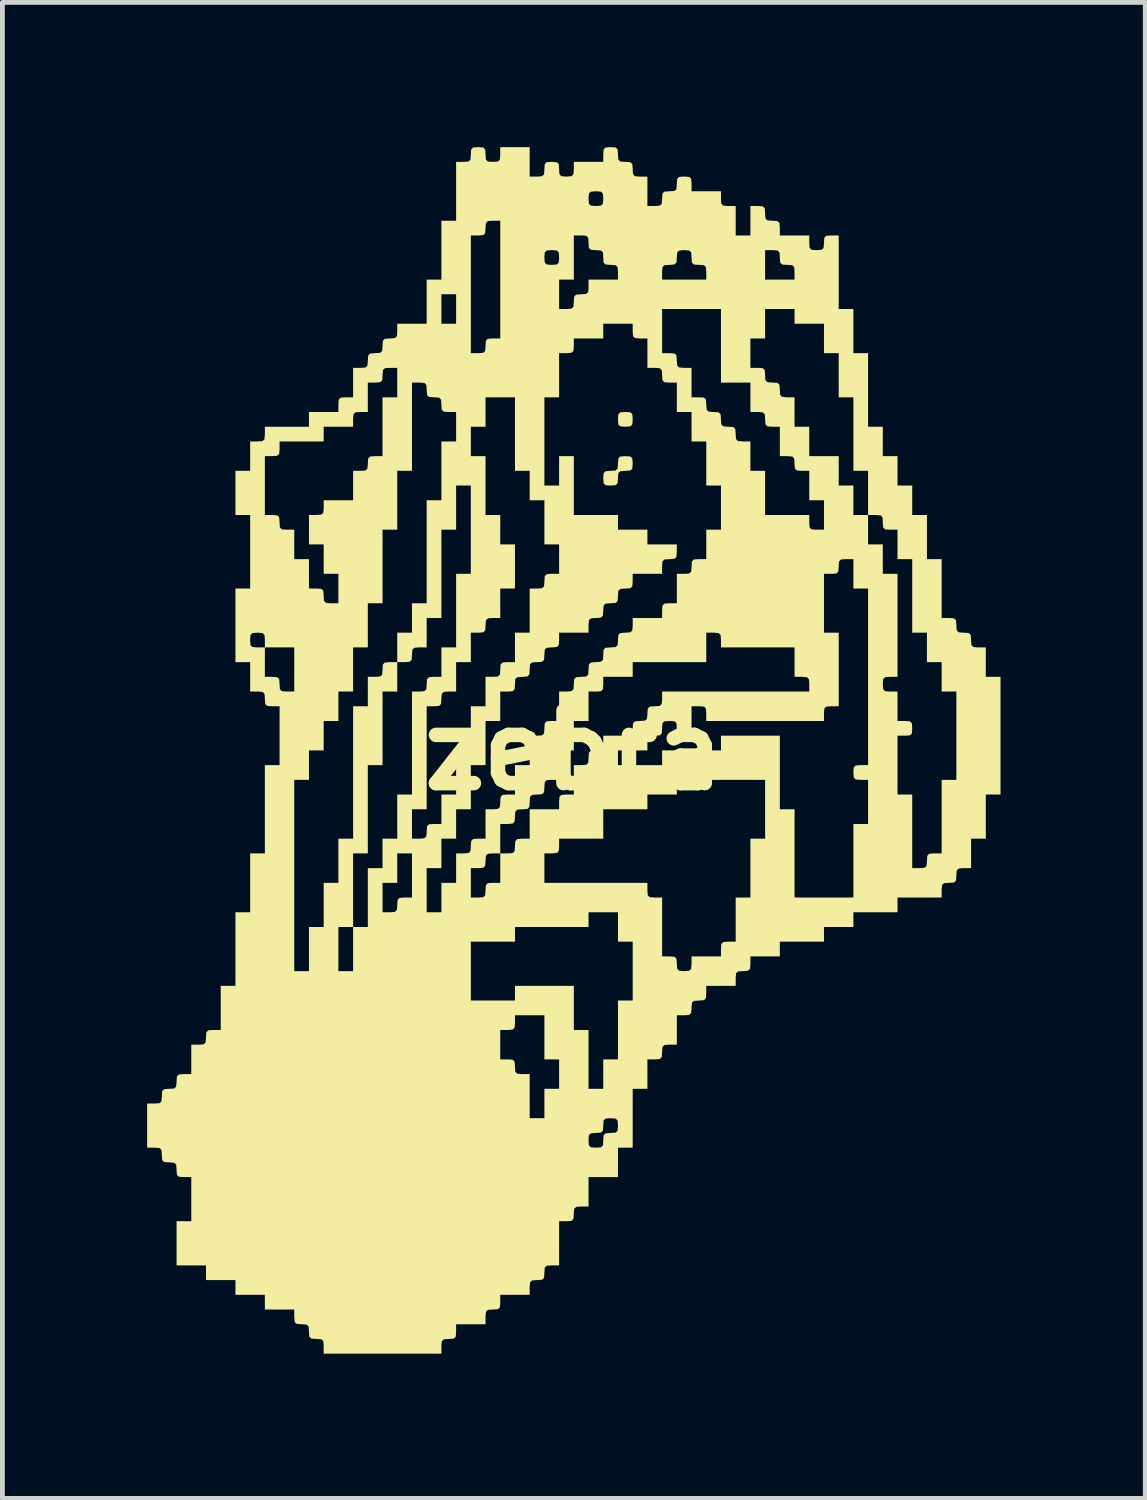
<source format=kicad_pcb>
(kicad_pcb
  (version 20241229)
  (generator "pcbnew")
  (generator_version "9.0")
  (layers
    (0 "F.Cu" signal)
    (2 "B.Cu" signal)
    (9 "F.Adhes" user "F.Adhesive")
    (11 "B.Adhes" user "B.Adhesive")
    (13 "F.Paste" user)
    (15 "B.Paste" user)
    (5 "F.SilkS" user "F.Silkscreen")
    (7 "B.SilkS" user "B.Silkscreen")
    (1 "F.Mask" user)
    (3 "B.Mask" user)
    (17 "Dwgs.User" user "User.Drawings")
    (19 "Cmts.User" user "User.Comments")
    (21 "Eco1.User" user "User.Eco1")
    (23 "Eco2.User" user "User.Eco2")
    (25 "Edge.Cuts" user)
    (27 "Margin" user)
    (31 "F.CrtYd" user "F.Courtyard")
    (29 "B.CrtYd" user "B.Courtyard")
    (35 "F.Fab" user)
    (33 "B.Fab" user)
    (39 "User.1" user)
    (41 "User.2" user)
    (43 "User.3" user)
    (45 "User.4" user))
  (footprint "zebra"
    (layer "F.Cu")
    (at 8.844 12.504)
    (property "Reference" "zebra" (at 0 0 0) (layer "F.SilkS") (effects (font (size 1.5 1.5) (thickness 0.3))))
    (attr board_only exclude_from_pos_files exclude_from_bom)
    (fp_poly (pts (xy 1.17 -7.008) (xy 1.212 -6.97) (xy 1.22 -6.874) (xy 1.22 -6.862) (xy 1.213 -6.76) (xy 1.175 -6.718) (xy 1.079 -6.709) (xy 1.067 -6.709) (xy 0.965 -6.716) (xy 0.923 -6.754) (xy 0.915 -6.85) (xy 0.915 -6.862) (xy 0.922 -6.964) (xy 0.96 -7.006) (xy 1.056 -7.014) (xy 1.067 -7.014)) (stroke (width 0) (type solid)) (fill yes) (layer "F.SilkS"))
    (fp_poly (pts (xy 1.17 -6.093) (xy 1.212 -6.055) (xy 1.22 -5.959) (xy 1.22 -5.947) (xy 1.213 -5.845) (xy 1.175 -5.803) (xy 1.079 -5.795) (xy 1.067 -5.795) (xy 0.965 -5.788) (xy 0.923 -5.75) (xy 0.915 -5.654) (xy 0.915 -5.642) (xy 0.908 -5.54) (xy 0.87 -5.498) (xy 0.774 -5.49) (xy 0.762 -5.49) (xy 0.66 -5.496) (xy 0.618 -5.534) (xy 0.61 -5.63) (xy 0.61 -5.642) (xy 0.617 -5.744) (xy 0.655 -5.786) (xy 0.751 -5.794) (xy 0.762 -5.795) (xy 0.865 -5.801) (xy 0.907 -5.839) (xy 0.915 -5.935) (xy 0.915 -5.947) (xy 0.922 -6.049) (xy 0.96 -6.091) (xy 1.056 -6.099) (xy 1.067 -6.099)) (stroke (width 0) (type solid)) (fill yes) (layer "F.SilkS"))
    (fp_poly (pts (xy -0.915 -12.199) (xy -0.915 -11.894) (xy -0.762 -11.894) (xy -0.66 -11.901) (xy -0.618 -11.939) (xy -0.61 -12.035) (xy -0.61 -12.046) (xy -0.603 -12.149) (xy -0.565 -12.191) (xy -0.469 -12.199) (xy -0.457 -12.199) (xy -0.355 -12.192) (xy -0.313 -12.154) (xy -0.305 -12.058) (xy -0.305 -12.046) (xy -0.298 -11.944) (xy -0.26 -11.902) (xy -0.164 -11.894) (xy -0.152 -11.894) (xy -0.05 -11.901) (xy -0.008 -11.939) (xy -0.000019 -12.035) (xy 0 -12.046) (xy 0 -12.199) (xy 0.305 -12.199) (xy 0.61 -12.199) (xy 0.61 -12.351) (xy 0.617 -12.454) (xy 0.655 -12.496) (xy 0.751 -12.504) (xy 0.762 -12.504) (xy 0.865 -12.497) (xy 0.907 -12.459) (xy 0.915 -12.363) (xy 0.915 -12.351) (xy 0.922 -12.249) (xy 0.96 -12.207) (xy 1.056 -12.199) (xy 1.067 -12.199) (xy 1.17 -12.192) (xy 1.212 -12.154) (xy 1.22 -12.058) (xy 1.22 -12.046) (xy 1.227 -11.944) (xy 1.265 -11.902) (xy 1.361 -11.894) (xy 1.372 -11.894) (xy 1.525 -11.894) (xy 1.525 -11.589) (xy 1.525 -11.284) (xy 1.677 -11.284) (xy 1.78 -11.291) (xy 1.821 -11.329) (xy 1.83 -11.425) (xy 1.83 -11.437) (xy 1.837 -11.539) (xy 1.875 -11.581) (xy 1.971 -11.589) (xy 1.982 -11.589) (xy 2.085 -11.596) (xy 2.126 -11.634) (xy 2.135 -11.73) (xy 2.135 -11.742) (xy 2.142 -11.844) (xy 2.18 -11.886) (xy 2.276 -11.894) (xy 2.287 -11.894) (xy 2.39 -11.887) (xy 2.431 -11.849) (xy 2.44 -11.753) (xy 2.44 -11.742) (xy 2.44 -11.589) (xy 2.745 -11.589) (xy 3.05 -11.589) (xy 3.05 -11.437) (xy 3.056 -11.334) (xy 3.095 -11.292) (xy 3.191 -11.284) (xy 3.202 -11.284) (xy 3.355 -11.284) (xy 3.355 -10.979) (xy 3.355 -10.674) (xy 3.507 -10.674) (xy 3.66 -10.674) (xy 3.66 -10.979) (xy 3.66 -11.284) (xy 3.812 -11.284) (xy 3.914 -11.277) (xy 3.956 -11.239) (xy 3.965 -11.143) (xy 3.965 -11.132) (xy 3.971 -11.029) (xy 4.009 -10.987) (xy 4.106 -10.979) (xy 4.117 -10.979) (xy 4.219 -10.972) (xy 4.261 -10.934) (xy 4.27 -10.838) (xy 4.27 -10.827) (xy 4.27 -10.674) (xy 4.575 -10.674) (xy 4.88 -10.674) (xy 4.88 -10.522) (xy 4.886 -10.419) (xy 4.924 -10.377) (xy 5.02 -10.369) (xy 5.032 -10.369) (xy 5.134 -10.376) (xy 5.176 -10.414) (xy 5.185 -10.51) (xy 5.185 -10.522) (xy 5.191 -10.624) (xy 5.229 -10.666) (xy 5.325 -10.674) (xy 5.337 -10.674) (xy 5.49 -10.674) (xy 5.49 -9.912) (xy 5.49 -9.149) (xy 5.642 -9.149) (xy 5.795 -9.149) (xy 5.795 -8.692) (xy 5.795 -8.234) (xy 5.947 -8.234) (xy 6.099 -8.234) (xy 6.099 -7.472) (xy 6.099 -6.709) (xy 6.252 -6.709) (xy 6.404 -6.709) (xy 6.404 -6.404) (xy 6.404 -6.099) (xy 6.557 -6.099) (xy 6.709 -6.099) (xy 6.709 -5.795) (xy 6.709 -5.49) (xy 6.862 -5.49) (xy 7.014 -5.49) (xy 7.014 -5.185) (xy 7.014 -4.88) (xy 7.167 -4.88) (xy 7.319 -4.88) (xy 7.319 -4.422) (xy 7.319 -3.965) (xy 7.472 -3.965) (xy 7.624 -3.965) (xy 7.624 -3.355) (xy 7.624 -2.745) (xy 7.777 -2.745) (xy 7.879 -2.738) (xy 7.921 -2.7) (xy 7.929 -2.604) (xy 7.929 -2.592) (xy 7.936 -2.49) (xy 7.974 -2.448) (xy 8.07 -2.44) (xy 8.082 -2.44) (xy 8.184 -2.433) (xy 8.226 -2.395) (xy 8.234 -2.299) (xy 8.234 -2.287) (xy 8.241 -2.185) (xy 8.279 -2.143) (xy 8.375 -2.135) (xy 8.387 -2.135) (xy 8.539 -2.135) (xy 8.539 -1.83) (xy 8.539 -1.525) (xy 8.692 -1.525) (xy 8.844 -1.525) (xy 8.844 -0.305) (xy 8.844 0.915) (xy 8.692 0.915) (xy 8.539 0.915) (xy 8.539 1.372) (xy 8.539 1.83) (xy 8.387 1.83) (xy 8.234 1.83) (xy 8.234 2.135) (xy 8.234 2.44) (xy 8.082 2.44) (xy 7.98 2.447) (xy 7.938 2.485) (xy 7.929 2.581) (xy 7.929 2.592) (xy 7.923 2.694) (xy 7.885 2.736) (xy 7.788 2.745) (xy 7.777 2.745) (xy 7.675 2.752) (xy 7.633 2.79) (xy 7.624 2.886) (xy 7.624 2.897) (xy 7.624 3.05) (xy 7.167 3.05) (xy 6.709 3.05) (xy 6.709 3.202) (xy 6.709 3.355) (xy 6.252 3.355) (xy 5.795 3.355) (xy 5.795 3.507) (xy 5.795 3.66) (xy 5.49 3.66) (xy 5.185 3.66) (xy 5.185 3.812) (xy 5.185 3.965) (xy 4.727 3.965) (xy 4.27 3.965) (xy 4.27 4.117) (xy 4.27 4.27) (xy 3.965 4.27) (xy 3.66 4.27) (xy 3.66 4.422) (xy 3.653 4.524) (xy 3.615 4.566) (xy 3.519 4.575) (xy 3.507 4.575) (xy 3.405 4.581) (xy 3.363 4.619) (xy 3.355 4.715) (xy 3.355 4.727) (xy 3.355 4.88) (xy 3.05 4.88) (xy 2.745 4.88) (xy 2.745 5.032) (xy 2.738 5.134) (xy 2.7 5.176) (xy 2.604 5.185) (xy 2.592 5.185) (xy 2.49 5.191) (xy 2.448 5.229) (xy 2.44 5.325) (xy 2.44 5.337) (xy 2.433 5.439) (xy 2.395 5.481) (xy 2.299 5.49) (xy 2.287 5.49) (xy 2.135 5.49) (xy 2.135 5.795) (xy 2.135 6.099) (xy 1.982 6.099) (xy 1.88 6.106) (xy 1.838 6.144) (xy 1.83 6.24) (xy 1.83 6.252) (xy 1.823 6.354) (xy 1.785 6.396) (xy 1.689 6.404) (xy 1.677 6.404) (xy 1.525 6.404) (xy 1.525 6.709) (xy 1.525 7.014) (xy 1.372 7.014) (xy 1.22 7.014) (xy 1.22 7.624) (xy 1.22 8.234) (xy 1.067 8.234) (xy 0.915 8.234) (xy 0.915 8.539) (xy 0.915 8.844) (xy 0.61 8.844) (xy 0.305 8.844) (xy 0.305 9.149) (xy 0.305 9.454) (xy 0.152 9.454) (xy 0.05 9.461) (xy 0.008 9.499) (xy 0.000019 9.595) (xy 0 9.607) (xy -0.007 9.709) (xy -0.045 9.751) (xy -0.141 9.759) (xy -0.152 9.759) (xy -0.305 9.759) (xy -0.305 10.217) (xy -0.305 10.674) (xy -0.457 10.674) (xy -0.56 10.681) (xy -0.602 10.719) (xy -0.61 10.815) (xy -0.61 10.827) (xy -0.617 10.929) (xy -0.655 10.971) (xy -0.751 10.979) (xy -0.762 10.979) (xy -0.865 10.986) (xy -0.907 11.024) (xy -0.915 11.12) (xy -0.915 11.132) (xy -0.915 11.284) (xy -1.22 11.284) (xy -1.525 11.284) (xy -1.525 11.437) (xy -1.532 11.539) (xy -1.57 11.581) (xy -1.666 11.589) (xy -1.677 11.589) (xy -1.78 11.596) (xy -1.821 11.634) (xy -1.83 11.73) (xy -1.83 11.742) (xy -1.83 11.894) (xy -2.135 11.894) (xy -2.44 11.894) (xy -2.44 12.046) (xy -2.447 12.149) (xy -2.485 12.191) (xy -2.581 12.199) (xy -2.592 12.199) (xy -2.694 12.206) (xy -2.736 12.244) (xy -2.745 12.34) (xy -2.745 12.351) (xy -2.745 12.504) (xy -3.965 12.504) (xy -5.185 12.504) (xy -5.185 12.351) (xy -5.191 12.249) (xy -5.229 12.207) (xy -5.325 12.199) (xy -5.337 12.199) (xy -5.439 12.192) (xy -5.481 12.154) (xy -5.49 12.058) (xy -5.49 12.046) (xy -5.496 11.944) (xy -5.534 11.902) (xy -5.63 11.894) (xy -5.642 11.894) (xy -5.744 11.887) (xy -5.786 11.849) (xy -5.794 11.753) (xy -5.795 11.742) (xy -5.795 11.589) (xy -6.099 11.589) (xy -6.404 11.589) (xy -6.404 11.437) (xy -6.404 11.284) (xy -6.709 11.284) (xy -7.014 11.284) (xy -7.014 11.132) (xy -7.014 10.979) (xy -7.319 10.979) (xy -7.624 10.979) (xy -7.624 10.827) (xy -7.624 10.674) (xy -7.929 10.674) (xy -8.234 10.674) (xy -8.234 10.217) (xy -8.234 9.759) (xy -8.082 9.759) (xy -7.929 9.759) (xy -7.929 9.302) (xy -7.929 8.844) (xy -8.082 8.844) (xy -8.184 8.838) (xy -8.226 8.799) (xy -8.234 8.703) (xy -8.234 8.692) (xy -8.241 8.59) (xy -8.279 8.548) (xy -8.375 8.539) (xy -8.387 8.539) (xy -8.489 8.533) (xy -8.531 8.494) (xy -8.539 8.398) (xy -8.539 8.387) (xy -8.546 8.285) (xy -8.584 8.243) (xy -8.68 8.234) (xy -8.692 8.234) (xy -8.844 8.234) (xy -8.844 8.082) (xy 0.305 8.082) (xy 0.312 8.184) (xy 0.35 8.226) (xy 0.446 8.234) (xy 0.457 8.234) (xy 0.56 8.228) (xy 0.602 8.19) (xy 0.61 8.093) (xy 0.61 8.082) (xy 0.617 7.98) (xy 0.655 7.938) (xy 0.751 7.929) (xy 0.762 7.929) (xy 0.865 7.923) (xy 0.907 7.885) (xy 0.915 7.788) (xy 0.915 7.777) (xy 0.908 7.675) (xy 0.87 7.633) (xy 0.774 7.624) (xy 0.762 7.624) (xy 0.66 7.631) (xy 0.618 7.669) (xy 0.61 7.765) (xy 0.61 7.777) (xy 0.603 7.879) (xy 0.565 7.921) (xy 0.469 7.929) (xy 0.457 7.929) (xy 0.355 7.936) (xy 0.313 7.974) (xy 0.305 8.07) (xy 0.305 8.082) (xy -8.844 8.082) (xy -8.844 7.777) (xy -8.844 7.319) (xy -8.692 7.319) (xy -8.59 7.313) (xy -8.548 7.275) (xy -8.539 7.179) (xy -8.539 7.167) (xy -8.533 7.065) (xy -8.494 7.023) (xy -8.398 7.014) (xy -8.387 7.014) (xy -8.285 7.008) (xy -8.243 6.97) (xy -8.234 6.874) (xy -8.234 6.862) (xy -8.228 6.76) (xy -8.19 6.718) (xy -8.093 6.709) (xy -8.082 6.709) (xy -7.929 6.709) (xy -7.929 6.404) (xy -1.525 6.404) (xy -1.372 6.404) (xy -1.27 6.411) (xy -1.228 6.449) (xy -1.22 6.545) (xy -1.22 6.557) (xy -1.213 6.659) (xy -1.175 6.701) (xy -1.079 6.709) (xy -1.067 6.709) (xy -0.915 6.709) (xy -0.915 7.167) (xy -0.915 7.624) (xy -0.762 7.624) (xy -0.61 7.624) (xy -0.61 7.319) (xy -0.61 7.014) (xy -0.457 7.014) (xy -0.305 7.014) (xy -0.305 6.709) (xy -0.305 6.404) (xy -0.457 6.404) (xy -0.61 6.404) (xy -0.61 5.947) (xy -0.61 5.49) (xy -0.915 5.49) (xy -1.22 5.49) (xy -1.22 5.642) (xy -1.227 5.744) (xy -1.265 5.786) (xy -1.361 5.794) (xy -1.372 5.795) (xy -1.525 5.795) (xy -1.525 6.099) (xy -1.525 6.404) (xy -7.929 6.404) (xy -7.929 6.099) (xy -7.777 6.099) (xy -7.675 6.093) (xy -7.633 6.055) (xy -7.624 5.959) (xy -7.624 5.947) (xy -7.618 5.845) (xy -7.58 5.803) (xy -7.483 5.795) (xy -7.472 5.795) (xy -7.319 5.795) (xy -7.319 5.337) (xy -7.319 5.185) (xy -2.135 5.185) (xy -1.677 5.185) (xy -1.22 5.185) (xy -1.22 5.032) (xy -1.22 4.88) (xy -0.61 4.88) (xy 0 4.88) (xy 0 5.337) (xy 0 5.795) (xy 0.152 5.795) (xy 0.305 5.795) (xy 0.305 6.404) (xy 0.305 7.014) (xy 0.457 7.014) (xy 0.61 7.014) (xy 0.61 6.709) (xy 0.61 6.404) (xy 0.762 6.404) (xy 0.915 6.404) (xy 0.915 5.795) (xy 0.915 5.185) (xy 1.067 5.185) (xy 1.22 5.185) (xy 1.22 4.575) (xy 1.22 3.965) (xy 1.067 3.965) (xy 0.915 3.965) (xy 0.915 3.66) (xy 0.915 3.355) (xy 0.61 3.355) (xy 0.305 3.355) (xy 0.305 3.507) (xy 0.305 3.66) (xy -0.457 3.66) (xy -1.22 3.66) (xy -1.22 3.812) (xy -1.22 3.965) (xy -1.677 3.965) (xy -2.135 3.965) (xy -2.135 4.575) (xy -2.135 5.185) (xy -7.319 5.185) (xy -7.319 4.88) (xy -7.167 4.88) (xy -7.014 4.88) (xy -7.014 4.575) (xy -5.795 4.575) (xy -5.642 4.575) (xy -5.49 4.575) (xy -5.49 4.117) (xy -5.49 3.66) (xy -5.337 3.66) (xy -5.185 3.66) (xy -5.185 3.202) (xy -5.185 2.745) (xy -5.032 2.745) (xy -4.88 2.745) (xy -4.88 2.287) (xy -4.88 1.83) (xy -4.727 1.83) (xy -4.575 1.83) (xy -4.575 0.457) (xy -4.575 -0.915) (xy -4.422 -0.915) (xy -4.27 -0.915) (xy -4.27 -1.22) (xy -4.27 -1.525) (xy -4.117 -1.525) (xy -4.015 -1.532) (xy -3.973 -1.57) (xy -3.965 -1.666) (xy -3.965 -1.677) (xy -3.958 -1.78) (xy -3.92 -1.821) (xy -3.824 -1.83) (xy -3.812 -1.83) (xy -3.66 -1.83) (xy -3.66 -1.525) (xy -3.66 -1.22) (xy -3.812 -1.22) (xy -3.965 -1.22) (xy -3.965 -0.457) (xy -3.965 0.305) (xy -4.117 0.305) (xy -4.27 0.305) (xy -4.27 1.22) (xy -4.27 2.135) (xy -4.422 2.135) (xy -4.575 2.135) (xy -4.575 2.897) (xy -4.575 3.66) (xy -4.727 3.66) (xy -4.88 3.66) (xy -4.88 4.117) (xy -4.88 4.575) (xy -4.727 4.575) (xy -4.575 4.575) (xy -4.575 4.117) (xy -4.575 3.66) (xy -4.422 3.66) (xy -4.27 3.66) (xy -4.27 3.355) (xy -3.965 3.355) (xy -3.812 3.355) (xy -3.05 3.355) (xy -2.897 3.355) (xy -2.745 3.355) (xy -2.745 3.05) (xy -2.135 3.05) (xy -1.982 3.05) (xy -1.88 3.043) (xy -1.838 3.005) (xy -1.83 2.909) (xy -1.83 2.897) (xy -1.823 2.795) (xy -1.785 2.753) (xy -1.689 2.745) (xy -1.677 2.745) (xy -1.525 2.745) (xy -0.61 2.745) (xy 0.457 2.745) (xy 1.525 2.745) (xy 1.525 2.897) (xy 1.532 2.999) (xy 1.57 3.041) (xy 1.666 3.05) (xy 1.677 3.05) (xy 1.83 3.05) (xy 1.83 3.66) (xy 1.83 4.27) (xy 1.982 4.27) (xy 2.085 4.276) (xy 2.126 4.314) (xy 2.135 4.411) (xy 2.135 4.422) (xy 2.142 4.524) (xy 2.18 4.566) (xy 2.276 4.575) (xy 2.287 4.575) (xy 2.39 4.568) (xy 2.431 4.53) (xy 2.44 4.434) (xy 2.44 4.422) (xy 2.44 4.27) (xy 2.745 4.27) (xy 3.05 4.27) (xy 3.05 4.117) (xy 3.056 4.015) (xy 3.095 3.973) (xy 3.191 3.965) (xy 3.202 3.965) (xy 3.355 3.965) (xy 3.355 3.507) (xy 3.355 3.05) (xy 3.507 3.05) (xy 3.66 3.05) (xy 3.66 2.44) (xy 3.66 1.83) (xy 3.812 1.83) (xy 3.965 1.83) (xy 3.965 1.22) (xy 3.965 0.61) (xy 3.05 0.61) (xy 2.135 0.61) (xy 2.135 0.762) (xy 2.135 0.915) (xy 1.83 0.915) (xy 1.525 0.915) (xy 1.525 1.067) (xy 1.525 1.22) (xy 1.067 1.22) (xy 0.61 1.22) (xy 0.61 1.525) (xy 0.61 1.83) (xy 0.152 1.83) (xy -0.305 1.83) (xy -0.305 1.982) (xy -0.312 2.085) (xy -0.35 2.126) (xy -0.446 2.135) (xy -0.457 2.135) (xy -0.61 2.135) (xy -0.61 2.44) (xy -0.61 2.745) (xy -1.525 2.745) (xy -1.525 2.44) (xy -1.525 2.135) (xy -1.372 2.135) (xy -1.27 2.128) (xy -1.228 2.09) (xy -1.22 1.994) (xy -1.22 1.982) (xy -1.213 1.88) (xy -1.175 1.838) (xy -1.079 1.83) (xy -1.067 1.83) (xy -0.915 1.83) (xy -0.915 1.525) (xy -0.915 1.22) (xy -0.61 1.22) (xy -0.305 1.22) (xy -0.305 1.067) (xy -0.298 0.965) (xy -0.26 0.923) (xy -0.164 0.915) (xy -0.152 0.915) (xy 0 0.915) (xy 0 0.61) (xy 0 0.305) (xy 0.152 0.305) (xy 0.915 0.305) (xy 1.372 0.305) (xy 1.83 0.305) (xy 1.83 0.152) (xy 1.83 0) (xy 2.44 0) (xy 3.05 0) (xy 3.05 -0.152) (xy 3.05 -0.305) (xy 3.66 -0.305) (xy 4.27 -0.305) (xy 4.27 0.457) (xy 4.27 1.22) (xy 4.422 1.22) (xy 4.575 1.22) (xy 4.575 2.135) (xy 4.575 3.05) (xy 5.185 3.05) (xy 5.795 3.05) (xy 5.795 2.287) (xy 5.795 1.525) (xy 5.947 1.525) (xy 6.099 1.525) (xy 6.099 1.067) (xy 6.099 0.61) (xy 5.947 0.61) (xy 5.845 0.603) (xy 5.803 0.565) (xy 5.795 0.469) (xy 5.795 0.457) (xy 5.801 0.355) (xy 5.839 0.313) (xy 5.935 0.305) (xy 5.947 0.305) (xy 6.099 0.305) (xy 6.099 -1.525) (xy 6.099 -3.355) (xy 5.947 -3.355) (xy 5.795 -3.355) (xy 5.795 -3.66) (xy 5.795 -3.965) (xy 5.642 -3.965) (xy 5.54 -3.958) (xy 5.498 -3.92) (xy 5.49 -3.824) (xy 5.49 -3.812) (xy 5.483 -3.71) (xy 5.445 -3.668) (xy 5.349 -3.66) (xy 5.337 -3.66) (xy 5.185 -3.66) (xy 5.185 -3.05) (xy 5.185 -2.44) (xy 5.337 -2.44) (xy 5.49 -2.44) (xy 5.49 -1.677) (xy 5.49 -0.915) (xy 5.337 -0.915) (xy 5.235 -0.908) (xy 5.193 -0.87) (xy 5.185 -0.774) (xy 5.185 -0.762) (xy 5.185 -0.61) (xy 3.965 -0.61) (xy 2.745 -0.61) (xy 2.745 -0.762) (xy 2.738 -0.865) (xy 2.7 -0.907) (xy 2.604 -0.915) (xy 2.592 -0.915) (xy 2.44 -0.915) (xy 2.44 -0.61) (xy 2.44 -0.305) (xy 2.287 -0.305) (xy 2.185 -0.312) (xy 2.143 -0.35) (xy 2.135 -0.446) (xy 2.135 -0.457) (xy 2.128 -0.56) (xy 2.09 -0.602) (xy 1.994 -0.61) (xy 1.982 -0.61) (xy 1.88 -0.603) (xy 1.838 -0.565) (xy 1.83 -0.469) (xy 1.83 -0.457) (xy 1.823 -0.355) (xy 1.785 -0.313) (xy 1.689 -0.305) (xy 1.677 -0.305) (xy 1.575 -0.298) (xy 1.533 -0.26) (xy 1.525 -0.164) (xy 1.525 -0.152) (xy 1.525 0) (xy 1.22 0) (xy 0.915 0) (xy 0.915 0.152) (xy 0.915 0.305) (xy 0.152 0.305) (xy 0.255 0.298) (xy 0.297 0.26) (xy 0.305 0.164) (xy 0.305 0.152) (xy 0.312 0.05) (xy 0.35 0.008) (xy 0.446 0.000019) (xy 0.457 0) (xy 0.56 -0.007) (xy 0.602 -0.045) (xy 0.61 -0.141) (xy 0.61 -0.152) (xy 0.61 -0.305) (xy 0.915 -0.305) (xy 1.22 -0.305) (xy 1.22 -0.457) (xy 1.227 -0.56) (xy 1.265 -0.602) (xy 1.361 -0.61) (xy 1.372 -0.61) (xy 1.475 -0.617) (xy 1.516 -0.655) (xy 1.525 -0.751) (xy 1.525 -0.762) (xy 1.532 -0.865) (xy 1.57 -0.907) (xy 1.666 -0.915) (xy 1.677 -0.915) (xy 1.78 -0.922) (xy 1.821 -0.96) (xy 1.83 -1.056) (xy 1.83 -1.067) (xy 1.83 -1.22) (xy 3.355 -1.22) (xy 4.88 -1.22) (xy 4.88 -1.372) (xy 4.873 -1.475) (xy 4.835 -1.516) (xy 4.739 -1.525) (xy 4.727 -1.525) (xy 4.575 -1.525) (xy 4.575 -1.83) (xy 4.575 -2.135) (xy 3.812 -2.135) (xy 3.05 -2.135) (xy 3.05 -2.287) (xy 3.043 -2.39) (xy 3.005 -2.431) (xy 2.909 -2.44) (xy 2.897 -2.44) (xy 2.745 -2.44) (xy 2.745 -2.135) (xy 2.745 -1.83) (xy 1.982 -1.83) (xy 1.22 -1.83) (xy 1.22 -1.677) (xy 1.22 -1.525) (xy 0.915 -1.525) (xy 0.61 -1.525) (xy 0.61 -1.372) (xy 0.603 -1.27) (xy 0.565 -1.228) (xy 0.469 -1.22) (xy 0.457 -1.22) (xy 0.305 -1.22) (xy 0.305 -0.915) (xy 0.305 -0.61) (xy 0.152 -0.61) (xy 0 -0.61) (xy 0 -0.305) (xy 0 0) (xy -0.152 0) (xy -0.305 0) (xy -0.305 0.305) (xy -0.305 0.61) (xy -0.457 0.61) (xy -0.56 0.617) (xy -0.602 0.655) (xy -0.61 0.751) (xy -0.61 0.762) (xy -0.617 0.865) (xy -0.655 0.907) (xy -0.751 0.915) (xy -0.762 0.915) (xy -0.865 0.922) (xy -0.907 0.96) (xy -0.915 1.056) (xy -0.915 1.067) (xy -0.922 1.17) (xy -0.96 1.212) (xy -1.056 1.22) (xy -1.067 1.22) (xy -1.17 1.227) (xy -1.212 1.265) (xy -1.22 1.361) (xy -1.22 1.372) (xy -1.227 1.475) (xy -1.265 1.516) (xy -1.361 1.525) (xy -1.372 1.525) (xy -1.525 1.525) (xy -1.525 1.83) (xy -1.525 2.135) (xy -1.677 2.135) (xy -1.78 2.142) (xy -1.821 2.18) (xy -1.83 2.276) (xy -1.83 2.287) (xy -1.837 2.39) (xy -1.875 2.431) (xy -1.971 2.44) (xy -1.982 2.44) (xy -2.135 2.44) (xy -2.135 2.745) (xy -2.135 3.05) (xy -2.745 3.05) (xy -2.745 2.745) (xy -2.592 2.745) (xy -2.44 2.745) (xy -2.44 2.44) (xy -2.44 2.135) (xy -2.287 2.135) (xy -2.185 2.128) (xy -2.143 2.09) (xy -2.135 1.994) (xy -2.135 1.982) (xy -2.128 1.88) (xy -2.09 1.838) (xy -1.994 1.83) (xy -1.982 1.83) (xy -1.83 1.83) (xy -1.83 1.525) (xy -1.83 1.22) (xy -1.677 1.22) (xy -1.575 1.213) (xy -1.533 1.175) (xy -1.525 1.079) (xy -1.525 1.067) (xy -1.518 0.965) (xy -1.48 0.923) (xy -1.384 0.915) (xy -1.372 0.915) (xy -1.22 0.915) (xy -1.22 0.61) (xy -1.22 0.305) (xy -1.067 0.305) (xy -0.915 0.305) (xy -0.915 0) (xy -0.915 -0.305) (xy -0.762 -0.305) (xy -0.66 -0.312) (xy -0.618 -0.35) (xy -0.61 -0.446) (xy -0.61 -0.457) (xy -0.603 -0.56) (xy -0.565 -0.602) (xy -0.469 -0.61) (xy -0.457 -0.61) (xy -0.305 -0.61) (xy -0.305 -0.915) (xy -0.305 -1.22) (xy -0.152 -1.22) (xy -0.05 -1.227) (xy -0.008 -1.265) (xy -0.000019 -1.361) (xy 0 -1.372) (xy 0.007 -1.475) (xy 0.045 -1.516) (xy 0.141 -1.525) (xy 0.152 -1.525) (xy 0.255 -1.532) (xy 0.297 -1.57) (xy 0.305 -1.666) (xy 0.305 -1.677) (xy 0.312 -1.78) (xy 0.35 -1.821) (xy 0.446 -1.83) (xy 0.457 -1.83) (xy 0.56 -1.837) (xy 0.602 -1.875) (xy 0.61 -1.971) (xy 0.61 -1.982) (xy 0.617 -2.085) (xy 0.655 -2.126) (xy 0.751 -2.135) (xy 0.762 -2.135) (xy 0.865 -2.142) (xy 0.907 -2.18) (xy 0.915 -2.276) (xy 0.915 -2.287) (xy 0.922 -2.39) (xy 0.96 -2.431) (xy 1.056 -2.44) (xy 1.067 -2.44) (xy 1.17 -2.447) (xy 1.212 -2.485) (xy 1.22 -2.581) (xy 1.22 -2.592) (xy 1.22 -2.745) (xy 1.525 -2.745) (xy 1.83 -2.745) (xy 1.83 -2.897) (xy 1.837 -2.999) (xy 1.875 -3.041) (xy 1.971 -3.05) (xy 1.982 -3.05) (xy 2.135 -3.05) (xy 2.135 -3.355) (xy 2.135 -3.66) (xy 2.287 -3.66) (xy 2.39 -3.666) (xy 2.431 -3.704) (xy 2.44 -3.801) (xy 2.44 -3.812) (xy 2.447 -3.914) (xy 2.485 -3.956) (xy 2.581 -3.965) (xy 2.592 -3.965) (xy 2.745 -3.965) (xy 2.745 -4.27) (xy 2.745 -4.575) (xy 2.897 -4.575) (xy 3.05 -4.575) (xy 3.05 -5.032) (xy 3.05 -5.49) (xy 2.897 -5.49) (xy 2.745 -5.49) (xy 2.745 -5.947) (xy 2.745 -6.404) (xy 2.592 -6.404) (xy 2.44 -6.404) (xy 2.44 -6.709) (xy 2.44 -7.014) (xy 2.287 -7.014) (xy 2.135 -7.014) (xy 2.135 -7.319) (xy 2.135 -7.624) (xy 1.982 -7.624) (xy 1.88 -7.631) (xy 1.838 -7.669) (xy 1.83 -7.765) (xy 1.83 -7.777) (xy 1.823 -7.879) (xy 1.785 -7.921) (xy 1.689 -7.929) (xy 1.677 -7.929) (xy 1.525 -7.929) (xy 1.525 -8.234) (xy 1.525 -8.539) (xy 1.372 -8.539) (xy 1.27 -8.546) (xy 1.228 -8.584) (xy 1.22 -8.68) (xy 1.22 -8.692) (xy 1.22 -8.844) (xy 0.915 -8.844) (xy 0.61 -8.844) (xy 0.61 -8.692) (xy 0.61 -8.539) (xy 0.305 -8.539) (xy 0 -8.539) (xy 0 -8.387) (xy -0.007 -8.285) (xy -0.045 -8.243) (xy -0.141 -8.234) (xy -0.152 -8.234) (xy -0.305 -8.234) (xy -0.305 -7.777) (xy -0.305 -7.319) (xy -0.457 -7.319) (xy -0.61 -7.319) (xy -0.61 -6.404) (xy -0.61 -5.49) (xy -0.457 -5.49) (xy -0.305 -5.49) (xy -0.305 -5.795) (xy -0.305 -6.099) (xy -0.152 -6.099) (xy 0 -6.099) (xy 0 -5.49) (xy 0 -4.88) (xy 0.457 -4.88) (xy 0.915 -4.88) (xy 0.915 -4.727) (xy 0.915 -4.575) (xy 1.22 -4.575) (xy 1.525 -4.575) (xy 1.525 -4.422) (xy 1.525 -4.27) (xy 1.83 -4.27) (xy 2.135 -4.27) (xy 2.135 -4.117) (xy 2.128 -4.015) (xy 2.09 -3.973) (xy 1.994 -3.965) (xy 1.982 -3.965) (xy 1.88 -3.958) (xy 1.838 -3.92) (xy 1.83 -3.824) (xy 1.83 -3.812) (xy 1.83 -3.66) (xy 1.525 -3.66) (xy 1.22 -3.66) (xy 1.22 -3.507) (xy 1.213 -3.405) (xy 1.175 -3.363) (xy 1.079 -3.355) (xy 1.067 -3.355) (xy 0.965 -3.348) (xy 0.923 -3.31) (xy 0.915 -3.214) (xy 0.915 -3.202) (xy 0.908 -3.1) (xy 0.87 -3.058) (xy 0.774 -3.05) (xy 0.762 -3.05) (xy 0.66 -3.043) (xy 0.618 -3.005) (xy 0.61 -2.909) (xy 0.61 -2.897) (xy 0.603 -2.795) (xy 0.565 -2.753) (xy 0.469 -2.745) (xy 0.457 -2.745) (xy 0.355 -2.738) (xy 0.313 -2.7) (xy 0.305 -2.604) (xy 0.305 -2.592) (xy 0.305 -2.44) (xy 0 -2.44) (xy -0.305 -2.44) (xy -0.305 -2.287) (xy -0.312 -2.185) (xy -0.35 -2.143) (xy -0.446 -2.135) (xy -0.457 -2.135) (xy -0.56 -2.128) (xy -0.602 -2.09) (xy -0.61 -1.994) (xy -0.61 -1.982) (xy -0.617 -1.88) (xy -0.655 -1.838) (xy -0.751 -1.83) (xy -0.762 -1.83) (xy -0.865 -1.823) (xy -0.907 -1.785) (xy -0.915 -1.689) (xy -0.915 -1.677) (xy -0.922 -1.575) (xy -0.96 -1.533) (xy -1.056 -1.525) (xy -1.067 -1.525) (xy -1.17 -1.518) (xy -1.212 -1.48) (xy -1.22 -1.384) (xy -1.22 -1.372) (xy -1.227 -1.27) (xy -1.265 -1.228) (xy -1.361 -1.22) (xy -1.372 -1.22) (xy -1.525 -1.22) (xy -1.525 -0.915) (xy -1.525 -0.61) (xy -1.677 -0.61) (xy -1.83 -0.61) (xy -1.83 -0.152) (xy -1.83 0.305) (xy -1.982 0.305) (xy -2.135 0.305) (xy -2.135 0.762) (xy -2.135 1.22) (xy -2.287 1.22) (xy -2.44 1.22) (xy -2.44 1.525) (xy -2.44 1.83) (xy -2.592 1.83) (xy -2.745 1.83) (xy -2.745 2.135) (xy -2.745 2.44) (xy -2.897 2.44) (xy -3.05 2.44) (xy -3.05 2.897) (xy -3.05 3.355) (xy -3.812 3.355) (xy -3.71 3.348) (xy -3.668 3.31) (xy -3.66 3.214) (xy -3.66 3.202) (xy -3.653 3.1) (xy -3.615 3.058) (xy -3.519 3.05) (xy -3.507 3.05) (xy -3.355 3.05) (xy -3.355 2.592) (xy -3.355 2.135) (xy -3.507 2.135) (xy -3.66 2.135) (xy -3.66 2.44) (xy -3.66 2.745) (xy -3.812 2.745) (xy -3.965 2.745) (xy -3.965 3.05) (xy -3.965 3.355) (xy -4.27 3.355) (xy -4.27 3.05) (xy -4.27 2.44) (xy -4.117 2.44) (xy -3.965 2.44) (xy -3.965 2.135) (xy -3.965 1.83) (xy -3.812 1.83) (xy -3.66 1.83) (xy -3.355 1.83) (xy -3.202 1.83) (xy -3.1 1.823) (xy -3.058 1.785) (xy -3.05 1.689) (xy -3.05 1.677) (xy -3.043 1.575) (xy -3.005 1.533) (xy -2.909 1.525) (xy -2.897 1.525) (xy -2.745 1.525) (xy -2.745 1.22) (xy -2.745 0.915) (xy -2.592 0.915) (xy -2.44 0.915) (xy -2.44 0.457) (xy -2.44 0) (xy -2.287 0) (xy -2.135 0) (xy -2.135 -0.457) (xy -2.135 -0.915) (xy -1.982 -0.915) (xy -1.83 -0.915) (xy -1.83 -1.22) (xy -1.83 -1.525) (xy -1.677 -1.525) (xy -1.575 -1.532) (xy -1.533 -1.57) (xy -1.525 -1.666) (xy -1.525 -1.677) (xy -1.518 -1.78) (xy -1.48 -1.821) (xy -1.384 -1.83) (xy -1.372 -1.83) (xy -1.22 -1.83) (xy -1.22 -2.135) (xy -1.22 -2.44) (xy -1.067 -2.44) (xy -0.915 -2.44) (xy -0.915 -2.897) (xy -0.915 -3.355) (xy -0.762 -3.355) (xy -0.66 -3.361) (xy -0.618 -3.4) (xy -0.61 -3.496) (xy -0.61 -3.507) (xy -0.603 -3.609) (xy -0.565 -3.651) (xy -0.469 -3.66) (xy -0.457 -3.66) (xy -0.305 -3.66) (xy -0.305 -3.965) (xy -0.305 -4.27) (xy -0.457 -4.27) (xy -0.61 -4.27) (xy -0.61 -4.727) (xy -0.61 -5.185) (xy -0.762 -5.185) (xy -0.915 -5.185) (xy -0.915 -5.49) (xy -0.915 -5.795) (xy -1.067 -5.795) (xy -1.22 -5.795) (xy -1.22 -6.557) (xy -1.22 -7.319) (xy -1.525 -7.319) (xy -1.83 -7.319) (xy -1.83 -7.014) (xy -1.83 -6.709) (xy -1.982 -6.709) (xy -2.135 -6.709) (xy -2.135 -6.404) (xy -2.135 -6.099) (xy -1.982 -6.099) (xy -1.83 -6.099) (xy -1.83 -5.49) (xy -1.83 -4.88) (xy -1.677 -4.88) (xy -1.525 -4.88) (xy -1.525 -4.575) (xy -1.525 -4.27) (xy -1.372 -4.27) (xy -1.22 -4.27) (xy -1.22 -3.812) (xy -1.22 -3.355) (xy -1.372 -3.355) (xy -1.525 -3.355) (xy -1.525 -3.05) (xy -1.525 -2.745) (xy -1.677 -2.745) (xy -1.78 -2.738) (xy -1.821 -2.7) (xy -1.83 -2.604) (xy -1.83 -2.592) (xy -1.837 -2.49) (xy -1.875 -2.448) (xy -1.971 -2.44) (xy -1.982 -2.44) (xy -2.135 -2.44) (xy -2.135 -2.135) (xy -2.135 -1.83) (xy -2.287 -1.83) (xy -2.44 -1.83) (xy -2.44 -1.525) (xy -2.44 -1.22) (xy -2.592 -1.22) (xy -2.694 -1.213) (xy -2.736 -1.175) (xy -2.745 -1.079) (xy -2.745 -1.067) (xy -2.752 -0.965) (xy -2.79 -0.923) (xy -2.886 -0.915) (xy -2.897 -0.915) (xy -3.05 -0.915) (xy -3.05 0.152) (xy -3.05 1.22) (xy -3.202 1.22) (xy -3.355 1.22) (xy -3.355 1.525) (xy -3.355 1.83) (xy -3.66 1.83) (xy -3.66 1.372) (xy -3.66 0.915) (xy -3.507 0.915) (xy -3.355 0.915) (xy -3.355 -0.152) (xy -3.355 -1.22) (xy -3.202 -1.22) (xy -3.1 -1.227) (xy -3.058 -1.265) (xy -3.05 -1.361) (xy -3.05 -1.372) (xy -3.043 -1.475) (xy -3.005 -1.516) (xy -2.909 -1.525) (xy -2.897 -1.525) (xy -2.745 -1.525) (xy -2.745 -1.83) (xy -2.745 -2.135) (xy -2.592 -2.135) (xy -2.44 -2.135) (xy -2.44 -2.897) (xy -2.44 -3.66) (xy -2.287 -3.66) (xy -2.135 -3.66) (xy -2.135 -4.575) (xy -2.135 -5.49) (xy -2.287 -5.49) (xy -2.44 -5.49) (xy -2.44 -5.032) (xy -2.44 -4.575) (xy -2.592 -4.575) (xy -2.745 -4.575) (xy -2.745 -3.66) (xy -2.745 -2.745) (xy -2.897 -2.745) (xy -3.05 -2.745) (xy -3.05 -2.44) (xy -3.05 -2.135) (xy -3.202 -2.135) (xy -3.304 -2.128) (xy -3.346 -2.09) (xy -3.355 -1.994) (xy -3.355 -1.982) (xy -3.361 -1.88) (xy -3.4 -1.838) (xy -3.496 -1.83) (xy -3.507 -1.83) (xy -3.66 -1.83) (xy -3.66 -2.135) (xy -3.66 -2.44) (xy -3.507 -2.44) (xy -3.355 -2.44) (xy -3.355 -2.745) (xy -3.355 -3.05) (xy -3.202 -3.05) (xy -3.05 -3.05) (xy -3.05 -4.117) (xy -3.05 -5.185) (xy -2.897 -5.185) (xy -2.745 -5.185) (xy -2.745 -5.795) (xy -2.745 -6.404) (xy -2.592 -6.404) (xy -2.44 -6.404) (xy -2.44 -6.709) (xy -2.44 -7.014) (xy -2.592 -7.014) (xy -2.694 -7.021) (xy -2.736 -7.059) (xy -2.745 -7.155) (xy -2.745 -7.167) (xy -2.752 -7.269) (xy -2.79 -7.311) (xy -2.886 -7.319) (xy -2.897 -7.319) (xy -2.999 -7.326) (xy -3.041 -7.364) (xy -3.05 -7.46) (xy -3.05 -7.472) (xy -3.056 -7.574) (xy -3.095 -7.616) (xy -3.191 -7.624) (xy -3.202 -7.624) (xy -3.355 -7.624) (xy -3.355 -6.709) (xy -3.355 -5.795) (xy -3.507 -5.795) (xy -3.66 -5.795) (xy -3.66 -5.185) (xy -3.66 -4.575) (xy -3.812 -4.575) (xy -3.965 -4.575) (xy -3.965 -3.812) (xy -3.965 -3.05) (xy -4.117 -3.05) (xy -4.27 -3.05) (xy -4.27 -2.592) (xy -4.27 -2.135) (xy -4.422 -2.135) (xy -4.575 -2.135) (xy -4.575 -1.677) (xy -4.575 -1.22) (xy -4.727 -1.22) (xy -4.88 -1.22) (xy -4.88 -0.915) (xy -4.88 -0.61) (xy -5.032 -0.61) (xy -5.185 -0.61) (xy -5.185 -0.305) (xy -5.185 0) (xy -5.337 0) (xy -5.49 0) (xy -5.49 0.305) (xy -5.49 0.61) (xy -5.642 0.61) (xy -5.795 0.61) (xy -5.795 2.592) (xy -5.795 4.575) (xy -7.014 4.575) (xy -7.014 4.117) (xy -7.014 3.355) (xy -6.862 3.355) (xy -6.709 3.355) (xy -6.709 2.745) (xy -6.709 2.135) (xy -6.557 2.135) (xy -6.404 2.135) (xy -6.404 1.22) (xy -6.404 0.305) (xy -6.252 0.305) (xy -6.099 0.305) (xy -6.099 -0.305) (xy -6.099 -0.915) (xy -6.252 -0.915) (xy -6.354 -0.922) (xy -6.396 -0.96) (xy -6.404 -1.056) (xy -6.404 -1.067) (xy -6.411 -1.17) (xy -6.449 -1.212) (xy -6.545 -1.22) (xy -6.557 -1.22) (xy -6.709 -1.22) (xy -6.709 -1.525) (xy -6.709 -1.83) (xy -6.862 -1.83) (xy -7.014 -1.83) (xy -7.014 -2.287) (xy -6.709 -2.287) (xy -6.703 -2.185) (xy -6.665 -2.143) (xy -6.569 -2.135) (xy -6.557 -2.135) (xy -6.404 -2.135) (xy -6.404 -1.83) (xy -6.404 -1.525) (xy -6.252 -1.525) (xy -6.15 -1.518) (xy -6.108 -1.48) (xy -6.1 -1.384) (xy -6.099 -1.372) (xy -6.093 -1.27) (xy -6.055 -1.228) (xy -5.959 -1.22) (xy -5.947 -1.22) (xy -5.795 -1.22) (xy -5.795 -1.677) (xy -5.795 -2.135) (xy -6.099 -2.135) (xy -6.404 -2.135) (xy -6.404 -2.287) (xy -6.411 -2.39) (xy -6.449 -2.431) (xy -6.545 -2.44) (xy -6.557 -2.44) (xy -6.659 -2.433) (xy -6.701 -2.395) (xy -6.709 -2.299) (xy -6.709 -2.287) (xy -7.014 -2.287) (xy -7.014 -2.592) (xy -7.014 -3.355) (xy -6.862 -3.355) (xy -6.709 -3.355) (xy -6.709 -4.117) (xy -6.709 -4.88) (xy -6.404 -4.88) (xy -6.252 -4.88) (xy -6.15 -4.873) (xy -6.108 -4.835) (xy -6.1 -4.739) (xy -6.099 -4.727) (xy -6.093 -4.625) (xy -6.055 -4.583) (xy -5.959 -4.575) (xy -5.947 -4.575) (xy -5.795 -4.575) (xy -5.795 -4.27) (xy -5.795 -3.965) (xy -5.642 -3.965) (xy -5.49 -3.965) (xy -5.49 -3.66) (xy -5.49 -3.355) (xy -5.337 -3.355) (xy -5.235 -3.348) (xy -5.193 -3.31) (xy -5.185 -3.214) (xy -5.185 -3.202) (xy -5.178 -3.1) (xy -5.14 -3.058) (xy -5.044 -3.05) (xy -5.032 -3.05) (xy -4.88 -3.05) (xy -4.88 -3.355) (xy -4.88 -3.66) (xy -5.032 -3.66) (xy -5.185 -3.66) (xy -5.185 -3.965) (xy -5.185 -4.27) (xy -5.337 -4.27) (xy -5.49 -4.27) (xy -5.49 -4.575) (xy -5.49 -4.88) (xy -5.337 -4.88) (xy -5.235 -4.886) (xy -5.193 -4.924) (xy -5.185 -5.02) (xy -5.185 -5.032) (xy -5.185 -5.185) (xy -4.88 -5.185) (xy -4.575 -5.185) (xy -4.575 -5.49) (xy -4.575 -5.795) (xy -4.422 -5.795) (xy -4.32 -5.801) (xy -4.278 -5.839) (xy -4.27 -5.935) (xy -4.27 -5.947) (xy -4.263 -6.049) (xy -4.225 -6.091) (xy -4.129 -6.099) (xy -4.117 -6.099) (xy -3.965 -6.099) (xy -3.965 -6.709) (xy -3.965 -7.319) (xy -3.812 -7.319) (xy -3.66 -7.319) (xy -3.66 -7.624) (xy -3.66 -7.929) (xy -3.812 -7.929) (xy -3.914 -7.923) (xy -3.956 -7.885) (xy -3.965 -7.788) (xy -3.965 -7.777) (xy -3.971 -7.675) (xy -4.009 -7.633) (xy -4.106 -7.624) (xy -4.117 -7.624) (xy -4.27 -7.624) (xy -4.27 -7.319) (xy -4.27 -7.014) (xy -4.422 -7.014) (xy -4.524 -7.008) (xy -4.566 -6.97) (xy -4.575 -6.874) (xy -4.575 -6.862) (xy -4.575 -6.709) (xy -4.88 -6.709) (xy -5.185 -6.709) (xy -5.185 -6.557) (xy -5.185 -6.404) (xy -5.642 -6.404) (xy -6.099 -6.404) (xy -6.099 -6.252) (xy -6.106 -6.15) (xy -6.144 -6.108) (xy -6.24 -6.1) (xy -6.252 -6.099) (xy -6.404 -6.099) (xy -6.404 -5.49) (xy -6.404 -4.88) (xy -6.709 -4.88) (xy -6.862 -4.88) (xy -7.014 -4.88) (xy -7.014 -5.337) (xy -7.014 -5.795) (xy -6.862 -5.795) (xy -6.709 -5.795) (xy -6.709 -6.099) (xy -6.709 -6.404) (xy -6.557 -6.404) (xy -6.455 -6.411) (xy -6.413 -6.449) (xy -6.404 -6.545) (xy -6.404 -6.557) (xy -6.404 -6.709) (xy -5.947 -6.709) (xy -5.49 -6.709) (xy -5.49 -6.862) (xy -5.49 -7.014) (xy -5.185 -7.014) (xy -4.88 -7.014) (xy -4.88 -7.167) (xy -4.873 -7.269) (xy -4.835 -7.311) (xy -4.739 -7.319) (xy -4.727 -7.319) (xy -4.575 -7.319) (xy -4.575 -7.624) (xy -4.575 -7.929) (xy -4.422 -7.929) (xy -4.32 -7.936) (xy -4.278 -7.974) (xy -4.27 -8.07) (xy -4.27 -8.082) (xy -4.263 -8.184) (xy -4.225 -8.226) (xy -4.129 -8.234) (xy -4.117 -8.234) (xy -2.135 -8.234) (xy -1.982 -8.234) (xy -1.88 -8.241) (xy -1.838 -8.279) (xy -1.83 -8.375) (xy -1.83 -8.387) (xy -1.823 -8.489) (xy -1.785 -8.531) (xy -1.689 -8.539) (xy -1.677 -8.539) (xy -1.525 -8.539) (xy -1.525 -9.149) (xy -0.305 -9.149) (xy -0.152 -9.149) (xy 1.83 -9.149) (xy 1.83 -8.692) (xy 1.83 -8.234) (xy 1.982 -8.234) (xy 2.085 -8.228) (xy 2.126 -8.19) (xy 2.135 -8.093) (xy 2.135 -8.082) (xy 2.142 -7.98) (xy 2.18 -7.938) (xy 2.276 -7.929) (xy 2.287 -7.929) (xy 2.44 -7.929) (xy 2.44 -7.624) (xy 2.44 -7.319) (xy 2.592 -7.319) (xy 2.694 -7.313) (xy 2.736 -7.275) (xy 2.745 -7.179) (xy 2.745 -7.167) (xy 2.752 -7.065) (xy 2.79 -7.023) (xy 2.886 -7.014) (xy 2.897 -7.014) (xy 2.999 -7.008) (xy 3.041 -6.97) (xy 3.05 -6.874) (xy 3.05 -6.862) (xy 3.056 -6.76) (xy 3.095 -6.718) (xy 3.191 -6.709) (xy 3.202 -6.709) (xy 3.304 -6.703) (xy 3.346 -6.665) (xy 3.355 -6.569) (xy 3.355 -6.557) (xy 3.361 -6.455) (xy 3.4 -6.413) (xy 3.496 -6.404) (xy 3.507 -6.404) (xy 3.66 -6.404) (xy 3.66 -6.099) (xy 3.66 -5.795) (xy 3.812 -5.795) (xy 3.965 -5.795) (xy 3.965 -5.337) (xy 3.965 -4.88) (xy 4.422 -4.88) (xy 4.88 -4.88) (xy 4.88 -4.727) (xy 4.886 -4.625) (xy 4.924 -4.583) (xy 5.02 -4.575) (xy 5.032 -4.575) (xy 5.185 -4.575) (xy 5.185 -4.88) (xy 5.185 -5.185) (xy 5.032 -5.185) (xy 4.88 -5.185) (xy 4.88 -5.49) (xy 4.88 -5.795) (xy 4.727 -5.795) (xy 4.625 -5.801) (xy 4.583 -5.839) (xy 4.575 -5.935) (xy 4.575 -5.947) (xy 4.568 -6.049) (xy 4.53 -6.091) (xy 4.434 -6.099) (xy 4.422 -6.099) (xy 4.27 -6.099) (xy 4.27 -6.404) (xy 4.27 -6.709) (xy 4.117 -6.709) (xy 4.015 -6.716) (xy 3.973 -6.754) (xy 3.965 -6.85) (xy 3.965 -6.862) (xy 3.958 -6.964) (xy 3.92 -7.006) (xy 3.824 -7.014) (xy 3.812 -7.014) (xy 3.66 -7.014) (xy 3.66 -7.319) (xy 3.66 -7.624) (xy 3.355 -7.624) (xy 3.05 -7.624) (xy 3.05 -7.929) (xy 3.66 -7.929) (xy 3.812 -7.929) (xy 3.914 -7.923) (xy 3.956 -7.885) (xy 3.965 -7.788) (xy 3.965 -7.777) (xy 3.971 -7.675) (xy 4.009 -7.633) (xy 4.106 -7.624) (xy 4.117 -7.624) (xy 4.219 -7.618) (xy 4.261 -7.58) (xy 4.27 -7.483) (xy 4.27 -7.472) (xy 4.276 -7.37) (xy 4.314 -7.328) (xy 4.411 -7.319) (xy 4.422 -7.319) (xy 4.575 -7.319) (xy 4.575 -7.014) (xy 4.575 -6.709) (xy 4.727 -6.709) (xy 4.88 -6.709) (xy 4.88 -6.404) (xy 4.88 -6.099) (xy 5.185 -6.099) (xy 5.49 -6.099) (xy 5.49 -5.795) (xy 5.49 -5.49) (xy 5.642 -5.49) (xy 5.795 -5.49) (xy 5.795 -5.185) (xy 5.795 -4.88) (xy 5.947 -4.88) (xy 6.099 -4.88) (xy 6.099 -4.575) (xy 6.099 -4.27) (xy 6.252 -4.27) (xy 6.404 -4.27) (xy 6.404 -3.965) (xy 6.404 -3.66) (xy 6.557 -3.66) (xy 6.709 -3.66) (xy 6.709 -2.592) (xy 6.709 -1.525) (xy 6.557 -1.525) (xy 6.455 -1.518) (xy 6.413 -1.48) (xy 6.404 -1.384) (xy 6.404 -1.372) (xy 6.411 -1.27) (xy 6.449 -1.228) (xy 6.545 -1.22) (xy 6.557 -1.22) (xy 6.709 -1.22) (xy 6.709 -0.915) (xy 6.709 -0.61) (xy 6.862 -0.61) (xy 6.964 -0.603) (xy 7.006 -0.565) (xy 7.014 -0.469) (xy 7.014 -0.457) (xy 7.008 -0.355) (xy 6.97 -0.313) (xy 6.874 -0.305) (xy 6.862 -0.305) (xy 6.709 -0.305) (xy 6.709 0.305) (xy 6.709 0.915) (xy 6.862 0.915) (xy 7.014 0.915) (xy 7.014 1.677) (xy 7.014 2.44) (xy 7.167 2.44) (xy 7.269 2.433) (xy 7.311 2.395) (xy 7.319 2.299) (xy 7.319 2.287) (xy 7.326 2.185) (xy 7.364 2.143) (xy 7.46 2.135) (xy 7.472 2.135) (xy 7.624 2.135) (xy 7.624 1.372) (xy 7.624 0.61) (xy 7.777 0.61) (xy 7.929 0.61) (xy 7.929 -0.305) (xy 7.929 -1.22) (xy 7.777 -1.22) (xy 7.624 -1.22) (xy 7.624 -1.525) (xy 7.624 -1.83) (xy 7.472 -1.83) (xy 7.319 -1.83) (xy 7.319 -2.135) (xy 7.319 -2.44) (xy 7.167 -2.44) (xy 7.014 -2.44) (xy 7.014 -3.202) (xy 7.014 -3.965) (xy 6.862 -3.965) (xy 6.709 -3.965) (xy 6.709 -4.27) (xy 6.709 -4.575) (xy 6.557 -4.575) (xy 6.455 -4.581) (xy 6.413 -4.619) (xy 6.404 -4.715) (xy 6.404 -4.727) (xy 6.398 -4.829) (xy 6.36 -4.871) (xy 6.264 -4.88) (xy 6.252 -4.88) (xy 6.099 -4.88) (xy 6.099 -5.337) (xy 6.099 -5.795) (xy 5.947 -5.795) (xy 5.795 -5.795) (xy 5.795 -6.557) (xy 5.795 -7.319) (xy 5.642 -7.319) (xy 5.49 -7.319) (xy 5.49 -7.777) (xy 5.49 -8.234) (xy 5.337 -8.234) (xy 5.185 -8.234) (xy 5.185 -8.539) (xy 5.185 -8.844) (xy 4.88 -8.844) (xy 4.575 -8.844) (xy 4.575 -8.997) (xy 4.575 -9.149) (xy 4.27 -9.149) (xy 3.965 -9.149) (xy 3.965 -8.844) (xy 3.965 -8.539) (xy 3.812 -8.539) (xy 3.66 -8.539) (xy 3.66 -8.234) (xy 3.66 -7.929) (xy 3.05 -7.929) (xy 3.05 -8.387) (xy 3.05 -9.149) (xy 2.44 -9.149) (xy 1.83 -9.149) (xy -0.152 -9.149) (xy -0.05 -9.156) (xy -0.008 -9.194) (xy -0.000019 -9.29) (xy 0 -9.302) (xy 0.007 -9.404) (xy 0.045 -9.446) (xy 0.141 -9.454) (xy 0.152 -9.454) (xy 0.255 -9.461) (xy 0.297 -9.499) (xy 0.305 -9.595) (xy 0.305 -9.607) (xy 0.305 -9.759) (xy 0.61 -9.759) (xy 0.915 -9.759) (xy 1.83 -9.759) (xy 2.287 -9.759) (xy 2.745 -9.759) (xy 2.745 -9.912) (xy 2.738 -10.014) (xy 2.7 -10.056) (xy 2.604 -10.064) (xy 2.592 -10.064) (xy 2.49 -10.071) (xy 2.448 -10.109) (xy 2.44 -10.205) (xy 2.44 -10.217) (xy 2.433 -10.319) (xy 2.395 -10.361) (xy 2.299 -10.369) (xy 2.287 -10.369) (xy 3.965 -10.369) (xy 3.965 -10.064) (xy 3.965 -9.759) (xy 4.27 -9.759) (xy 4.575 -9.759) (xy 4.575 -9.912) (xy 4.568 -10.014) (xy 4.53 -10.056) (xy 4.434 -10.064) (xy 4.422 -10.064) (xy 4.32 -10.071) (xy 4.278 -10.109) (xy 4.27 -10.205) (xy 4.27 -10.217) (xy 4.263 -10.319) (xy 4.225 -10.361) (xy 4.129 -10.369) (xy 4.117 -10.369) (xy 3.965 -10.369) (xy 2.287 -10.369) (xy 2.185 -10.362) (xy 2.143 -10.324) (xy 2.135 -10.228) (xy 2.135 -10.217) (xy 2.128 -10.114) (xy 2.09 -10.073) (xy 1.994 -10.064) (xy 1.982 -10.064) (xy 1.88 -10.057) (xy 1.838 -10.019) (xy 1.83 -9.923) (xy 1.83 -9.912) (xy 1.83 -9.759) (xy 0.915 -9.759) (xy 0.915 -9.912) (xy 0.908 -10.014) (xy 0.87 -10.056) (xy 0.774 -10.064) (xy 0.762 -10.064) (xy 0.66 -10.071) (xy 0.618 -10.109) (xy 0.61 -10.205) (xy 0.61 -10.217) (xy 0.603 -10.319) (xy 0.565 -10.361) (xy 0.469 -10.369) (xy 0.457 -10.369) (xy 0.355 -10.376) (xy 0.313 -10.414) (xy 0.305 -10.51) (xy 0.305 -10.522) (xy 0.298 -10.624) (xy 0.26 -10.666) (xy 0.164 -10.674) (xy 0.152 -10.674) (xy 0 -10.674) (xy 0 -10.217) (xy 0 -9.759) (xy -0.152 -9.759) (xy -0.305 -9.759) (xy -0.305 -9.454) (xy -0.305 -9.149) (xy -1.525 -9.149) (xy -1.525 -9.759) (xy -1.525 -10.217) (xy -0.61 -10.217) (xy -0.603 -10.114) (xy -0.565 -10.073) (xy -0.469 -10.064) (xy -0.457 -10.064) (xy -0.355 -10.071) (xy -0.313 -10.109) (xy -0.305 -10.205) (xy -0.305 -10.217) (xy -0.312 -10.319) (xy -0.35 -10.361) (xy -0.446 -10.369) (xy -0.457 -10.369) (xy -0.56 -10.362) (xy -0.602 -10.324) (xy -0.61 -10.228) (xy -0.61 -10.217) (xy -1.525 -10.217) (xy -1.525 -10.979) (xy -1.677 -10.979) (xy -1.78 -10.972) (xy -1.821 -10.934) (xy -1.83 -10.838) (xy -1.83 -10.827) (xy -1.837 -10.724) (xy -1.875 -10.682) (xy -1.971 -10.674) (xy -1.982 -10.674) (xy -2.135 -10.674) (xy -2.135 -9.454) (xy -2.135 -8.234) (xy -4.117 -8.234) (xy -4.015 -8.241) (xy -3.973 -8.279) (xy -3.965 -8.375) (xy -3.965 -8.387) (xy -3.958 -8.489) (xy -3.92 -8.531) (xy -3.824 -8.539) (xy -3.812 -8.539) (xy -3.71 -8.546) (xy -3.668 -8.584) (xy -3.66 -8.68) (xy -3.66 -8.692) (xy -3.66 -8.844) (xy -3.355 -8.844) (xy -3.05 -8.844) (xy -3.05 -9.302) (xy -3.05 -9.454) (xy -2.745 -9.454) (xy -2.745 -9.149) (xy -2.745 -8.844) (xy -2.592 -8.844) (xy -2.44 -8.844) (xy -2.44 -9.149) (xy -2.44 -9.454) (xy -2.592 -9.454) (xy -2.745 -9.454) (xy -3.05 -9.454) (xy -3.05 -9.759) (xy -2.897 -9.759) (xy -2.745 -9.759) (xy -2.745 -10.369) (xy -2.745 -10.979) (xy -2.592 -10.979) (xy -2.44 -10.979) (xy -2.44 -11.437) (xy 0.305 -11.437) (xy 0.312 -11.334) (xy 0.35 -11.292) (xy 0.446 -11.284) (xy 0.457 -11.284) (xy 0.56 -11.291) (xy 0.602 -11.329) (xy 0.61 -11.425) (xy 0.61 -11.437) (xy 0.603 -11.539) (xy 0.565 -11.581) (xy 0.469 -11.589) (xy 0.457 -11.589) (xy 0.355 -11.582) (xy 0.313 -11.544) (xy 0.305 -11.448) (xy 0.305 -11.437) (xy -2.44 -11.437) (xy -2.44 -11.589) (xy -2.44 -12.199) (xy -2.287 -12.199) (xy -2.185 -12.206) (xy -2.143 -12.244) (xy -2.135 -12.34) (xy -2.135 -12.351) (xy -2.128 -12.454) (xy -2.09 -12.496) (xy -1.994 -12.504) (xy -1.982 -12.504) (xy -1.88 -12.497) (xy -1.838 -12.459) (xy -1.83 -12.363) (xy -1.83 -12.351) (xy -1.823 -12.249) (xy -1.785 -12.207) (xy -1.689 -12.199) (xy -1.677 -12.199) (xy -1.575 -12.206) (xy -1.533 -12.244) (xy -1.525 -12.34) (xy -1.525 -12.351) (xy -1.525 -12.504) (xy -1.22 -12.504) (xy -0.915 -12.504)) (stroke (width 0) (type solid)) (fill yes) (layer "F.SilkS")))
  (gr_rect
    (start -3 -3)
    (end 20.689 28.008)
    (stroke (width 0.1) (type default))
    (fill no)
    (layer "Edge.Cuts")))
</source>
